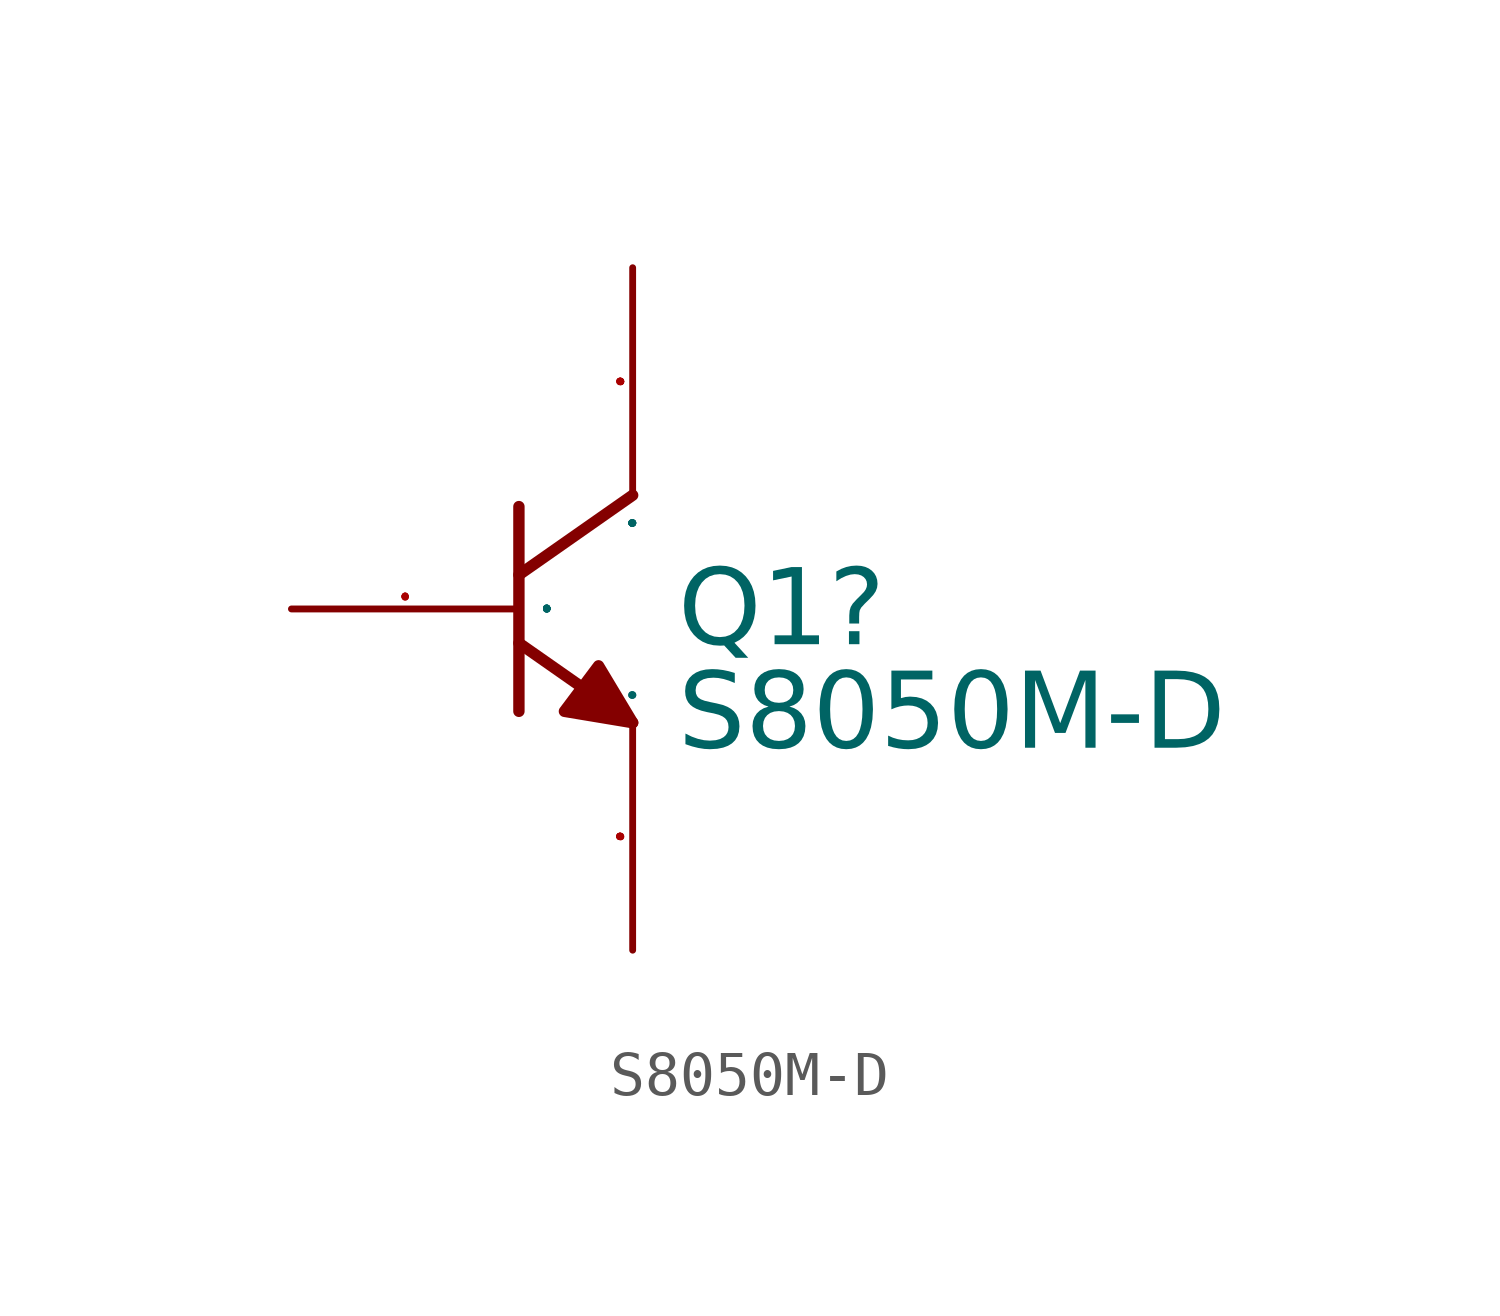
<source format=kicad_sym>
(kicad_symbol_lib
  (version 20231120)
  (generator "kicad_symbol_editor")
  (generator_version "8.0")
  (symbol "S8050M-D"
    (property "Reference" "Q1"
      (at 3.556 0.902 0)
      (effects (font (face "Arial") (size 1.689 1.689)) (justify left top)))
    (property "Value" "S8050M-D"
      (at 3.556 -1.41 0)
      (effects (font (face "Arial") (size 1.689 1.689)) (justify left top)))
    (symbol "S8050M-D_0_0"
      (polyline (pts (xy 0 -0.762) (xy 2.54 -2.54)) (stroke (width 0.254) (type solid)) (fill (type none)))
      (polyline (pts (xy 0 2.286) (xy 0 -2.286)) (stroke (width 0.254) (type solid)) (fill (type none)))
      (polyline (pts (xy 2.54 2.54) (xy 0 0.762)) (stroke (width 0.254) (type solid)) (fill (type none)))
      (polyline (pts (xy 2.54 -2.54) (xy 1.778 -1.27) (xy 1.016 -2.286) (xy 2.54 -2.54)) (stroke (width 0.254) (type solid)) (fill (type outline)))
      (pin unspecified line (at -5.08 0 0) (length 5.08) (name "B" (effects (font (size 0.025 0.025)))) (number "1" (effects (font (size 0.025 0.025)))))
      (pin unspecified line (at 2.54 -7.62 90) (length 5.08) (name "E" (effects (font (size 0.025 0.025)))) (number "2" (effects (font (size 0.025 0.025)))))
      (pin unspecified line (at 2.54 7.62 270) (length 5.08) (name "C" (effects (font (size 0.025 0.025)))) (number "3" (effects (font (size 0.025 0.025))))))))
</source>
